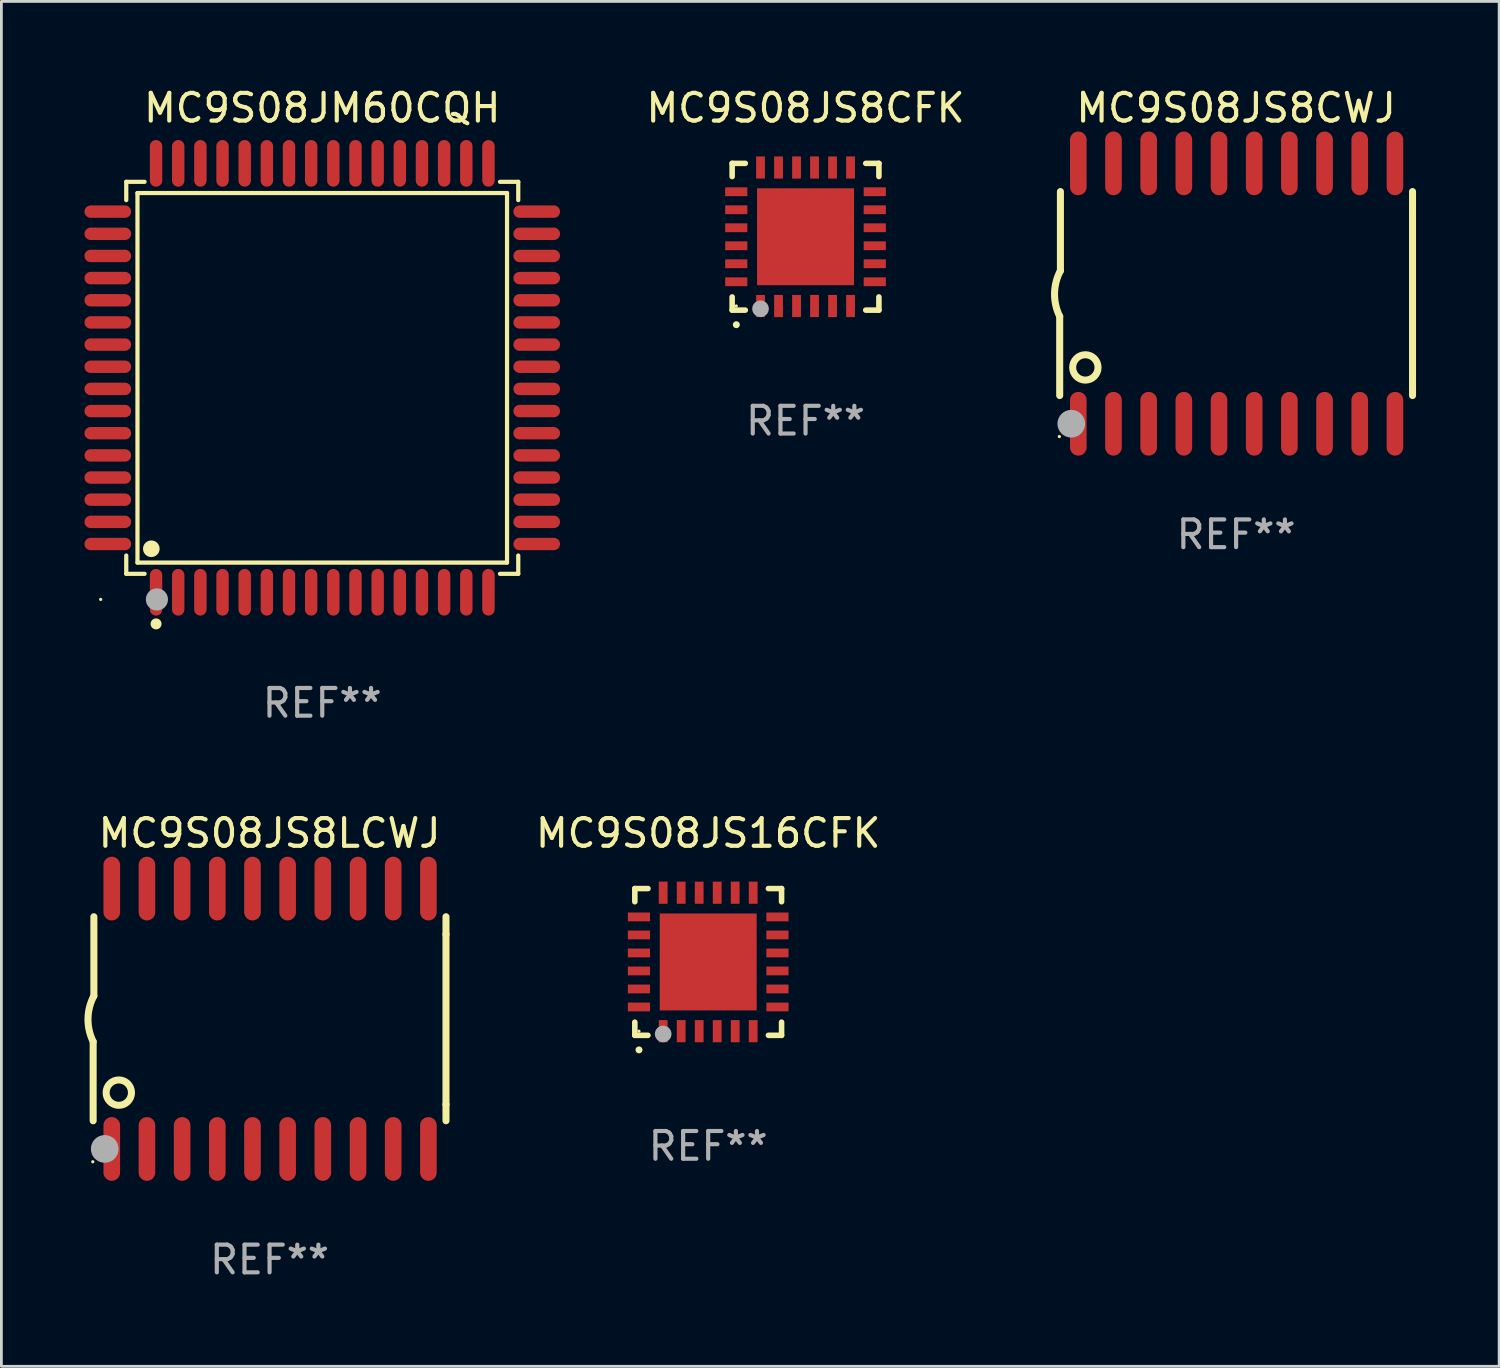
<source format=kicad_pcb>
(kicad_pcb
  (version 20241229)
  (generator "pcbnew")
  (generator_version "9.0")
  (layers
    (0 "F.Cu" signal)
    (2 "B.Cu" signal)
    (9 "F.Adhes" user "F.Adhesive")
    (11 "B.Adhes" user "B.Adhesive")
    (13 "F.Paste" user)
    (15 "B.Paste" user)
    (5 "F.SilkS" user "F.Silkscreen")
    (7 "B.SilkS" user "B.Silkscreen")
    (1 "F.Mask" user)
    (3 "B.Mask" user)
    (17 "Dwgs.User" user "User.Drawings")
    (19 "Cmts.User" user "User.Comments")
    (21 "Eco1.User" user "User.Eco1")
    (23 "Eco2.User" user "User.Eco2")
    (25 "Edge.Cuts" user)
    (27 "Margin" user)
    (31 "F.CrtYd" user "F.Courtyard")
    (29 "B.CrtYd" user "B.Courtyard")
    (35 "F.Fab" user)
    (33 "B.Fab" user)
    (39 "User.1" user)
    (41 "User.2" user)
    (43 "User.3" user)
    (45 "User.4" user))
  (footprint "MC9S08JS8LCWJ"
    (layer "F.Cu")
    (at 6.682 33.729)
    (property "Reference" "MC9S08JS8LCWJ" (at 0 -6.7 0) (layer "F.SilkS") (effects (font (size 1 1) (thickness 0.15))))
    (attr through_hole)
    (fp_line (start -6.369 0.826) (end -6.369 3.683) (stroke (width 0.254) (type solid)) (layer "F.SilkS"))
    (fp_line (start -6.343 -0.825) (end -6.343 -3.683) (stroke (width 0.254) (type solid)) (layer "F.SilkS"))
    (fp_line (start 6.369 -3.048) (end 6.369 -3.683) (stroke (width 0.254) (type solid)) (layer "F.SilkS"))
    (fp_line (start 6.369 -3.048) (end 6.369 3.096) (stroke (width 0.254) (type solid)) (layer "F.SilkS"))
    (fp_line (start 6.369 3.096) (end 6.369 3.683) (stroke (width 0.254) (type solid)) (layer "F.SilkS"))
    (fp_arc (start -6.36853 0.825552) (mid -6.554743 -0.00301) (end -6.343129 -0.825451) (stroke (width 0.254001) (type solid)) (layer "F.SilkS"))
    (fp_circle (center -6.382 5.163) (end -6.352 5.163) (stroke (width 0.06) (type solid)) (fill no) (layer "F.SilkS"))
    (fp_circle (center -5.443 2.667) (end -4.985 2.667) (stroke (width 0.254) (type solid)) (fill no) (layer "F.SilkS"))
    (fp_circle (center -5.951 4.699) (end -5.701 4.699) (stroke (width 0.5) (type solid)) (fill no) (layer "F.Fab"))
    (fp_text user "REF**" (at 0 8.7 0) (layer "F.Fab") (effects (font (size 1 1) (thickness 0.15))))
    (pad "1" smd oval (at -5.697 4.7 180) (size 0.6 2.3) (layers "F.Cu" "F.Mask" "F.Paste"))
    (pad "2" smd oval (at -4.427 4.7 180) (size 0.6 2.3) (layers "F.Cu" "F.Mask" "F.Paste"))
    (pad "3" smd oval (at -3.157 4.7 180) (size 0.6 2.3) (layers "F.Cu" "F.Mask" "F.Paste"))
    (pad "4" smd oval (at -1.887 4.7 180) (size 0.6 2.3) (layers "F.Cu" "F.Mask" "F.Paste"))
    (pad "5" smd oval (at -0.617 4.7 180) (size 0.6 2.3) (layers "F.Cu" "F.Mask" "F.Paste"))
    (pad "6" smd oval (at 0.653 4.7 180) (size 0.6 2.3) (layers "F.Cu" "F.Mask" "F.Paste"))
    (pad "7" smd oval (at 1.923 4.7 180) (size 0.6 2.3) (layers "F.Cu" "F.Mask" "F.Paste"))
    (pad "8" smd oval (at 3.193 4.7 180) (size 0.6 2.3) (layers "F.Cu" "F.Mask" "F.Paste"))
    (pad "9" smd oval (at 4.463 4.7 180) (size 0.6 2.3) (layers "F.Cu" "F.Mask" "F.Paste"))
    (pad "10" smd oval (at 5.734 4.7 180) (size 0.6 2.3) (layers "F.Cu" "F.Mask" "F.Paste"))
    (pad "11" smd oval (at 5.734 -4.7 180) (size 0.6 2.3) (layers "F.Cu" "F.Mask" "F.Paste"))
    (pad "12" smd oval (at 4.463 -4.7 180) (size 0.6 2.3) (layers "F.Cu" "F.Mask" "F.Paste"))
    (pad "13" smd oval (at 3.193 -4.7 180) (size 0.6 2.3) (layers "F.Cu" "F.Mask" "F.Paste"))
    (pad "14" smd oval (at 1.923 -4.7 180) (size 0.6 2.3) (layers "F.Cu" "F.Mask" "F.Paste"))
    (pad "15" smd oval (at 0.653 -4.7 180) (size 0.6 2.3) (layers "F.Cu" "F.Mask" "F.Paste"))
    (pad "16" smd oval (at -0.617 -4.7 180) (size 0.6 2.3) (layers "F.Cu" "F.Mask" "F.Paste"))
    (pad "17" smd oval (at -1.887 -4.7 180) (size 0.6 2.3) (layers "F.Cu" "F.Mask" "F.Paste"))
    (pad "18" smd oval (at -3.157 -4.7 180) (size 0.6 2.3) (layers "F.Cu" "F.Mask" "F.Paste"))
    (pad "19" smd oval (at -4.427 -4.7 180) (size 0.6 2.3) (layers "F.Cu" "F.Mask" "F.Paste"))
    (pad "20" smd oval (at -5.697 -4.7 180) (size 0.6 2.3) (layers "F.Cu" "F.Mask" "F.Paste")))
  (footprint "MC9S08JM60CQH"
    (layer "F.Cu")
    (at 8.584 10.59)
    (property "Reference" "MC9S08JM60CQH" (at 0 -9.742 0) (layer "F.SilkS") (effects (font (size 1 1) (thickness 0.15))))
    (attr through_hole)
    (fp_line (start -7.076 -7.076) (end -6.415 -7.076) (stroke (width 0.152) (type solid)) (layer "F.SilkS"))
    (fp_line (start -7.076 -6.415) (end -7.076 -7.076) (stroke (width 0.152) (type solid)) (layer "F.SilkS"))
    (fp_line (start -7.076 6.415) (end -7.076 7.076) (stroke (width 0.152) (type solid)) (layer "F.SilkS"))
    (fp_line (start -7.076 7.076) (end -6.415 7.076) (stroke (width 0.152) (type solid)) (layer "F.SilkS"))
    (fp_line (start -6.671 -6.671) (end 6.671 -6.671) (stroke (width 0.152) (type solid)) (layer "F.SilkS"))
    (fp_line (start -6.671 6.671) (end -6.671 -6.671) (stroke (width 0.152) (type solid)) (layer "F.SilkS"))
    (fp_line (start 6.671 -6.671) (end 6.671 6.671) (stroke (width 0.152) (type solid)) (layer "F.SilkS"))
    (fp_line (start 6.671 6.671) (end -6.671 6.671) (stroke (width 0.152) (type solid)) (layer "F.SilkS"))
    (fp_line (start 7.076 -7.076) (end 6.415 -7.076) (stroke (width 0.152) (type solid)) (layer "F.SilkS"))
    (fp_line (start 7.076 -6.415) (end 7.076 -7.076) (stroke (width 0.152) (type solid)) (layer "F.SilkS"))
    (fp_line (start 7.076 6.415) (end 7.076 7.076) (stroke (width 0.152) (type solid)) (layer "F.SilkS"))
    (fp_line (start 7.076 7.076) (end 6.415 7.076) (stroke (width 0.152) (type solid)) (layer "F.SilkS"))
    (fp_circle (center -8 8) (end -7.97 8) (stroke (width 0.06) (type solid)) (fill no) (layer "F.SilkS"))
    (fp_circle (center -6.171 6.171) (end -6.021 6.171) (stroke (width 0.3) (type solid)) (fill no) (layer "F.SilkS"))
    (fp_circle (center -6 8.884) (end -5.9 8.884) (stroke (width 0.2) (type solid)) (fill no) (layer "F.SilkS"))
    (fp_circle (center -5.969 8.001) (end -5.769 8.001) (stroke (width 0.4) (type solid)) (fill no) (layer "F.Fab"))
    (fp_text user "REF**" (at 0 11.742 0) (layer "F.Fab") (effects (font (size 1 1) (thickness 0.15))))
    (pad "1" smd oval (at -6 7.742) (size 0.448 1.684) (layers "F.Cu" "F.Mask" "F.Paste"))
    (pad "2" smd oval (at -5.2 7.742) (size 0.448 1.684) (layers "F.Cu" "F.Mask" "F.Paste"))
    (pad "3" smd oval (at -4.4 7.742) (size 0.448 1.684) (layers "F.Cu" "F.Mask" "F.Paste"))
    (pad "4" smd oval (at -3.6 7.742) (size 0.448 1.684) (layers "F.Cu" "F.Mask" "F.Paste"))
    (pad "5" smd oval (at -2.8 7.742) (size 0.448 1.684) (layers "F.Cu" "F.Mask" "F.Paste"))
    (pad "6" smd oval (at -2 7.742) (size 0.448 1.684) (layers "F.Cu" "F.Mask" "F.Paste"))
    (pad "7" smd oval (at -1.2 7.742) (size 0.448 1.684) (layers "F.Cu" "F.Mask" "F.Paste"))
    (pad "8" smd oval (at -0.4 7.742) (size 0.448 1.684) (layers "F.Cu" "F.Mask" "F.Paste"))
    (pad "9" smd oval (at 0.4 7.742) (size 0.448 1.684) (layers "F.Cu" "F.Mask" "F.Paste"))
    (pad "10" smd oval (at 1.2 7.742) (size 0.448 1.684) (layers "F.Cu" "F.Mask" "F.Paste"))
    (pad "11" smd oval (at 2 7.742) (size 0.448 1.684) (layers "F.Cu" "F.Mask" "F.Paste"))
    (pad "12" smd oval (at 2.8 7.742) (size 0.448 1.684) (layers "F.Cu" "F.Mask" "F.Paste"))
    (pad "13" smd oval (at 3.6 7.742) (size 0.448 1.684) (layers "F.Cu" "F.Mask" "F.Paste"))
    (pad "14" smd oval (at 4.4 7.742) (size 0.448 1.684) (layers "F.Cu" "F.Mask" "F.Paste"))
    (pad "15" smd oval (at 5.2 7.742) (size 0.448 1.684) (layers "F.Cu" "F.Mask" "F.Paste"))
    (pad "16" smd oval (at 6 7.742) (size 0.448 1.684) (layers "F.Cu" "F.Mask" "F.Paste"))
    (pad "17" smd oval (at 7.742 6) (size 1.684 0.448) (layers "F.Cu" "F.Mask" "F.Paste"))
    (pad "18" smd oval (at 7.742 5.2) (size 1.684 0.448) (layers "F.Cu" "F.Mask" "F.Paste"))
    (pad "19" smd oval (at 7.742 4.4) (size 1.684 0.448) (layers "F.Cu" "F.Mask" "F.Paste"))
    (pad "20" smd oval (at 7.742 3.6) (size 1.684 0.448) (layers "F.Cu" "F.Mask" "F.Paste"))
    (pad "21" smd oval (at 7.742 2.8) (size 1.684 0.448) (layers "F.Cu" "F.Mask" "F.Paste"))
    (pad "22" smd oval (at 7.742 2) (size 1.684 0.448) (layers "F.Cu" "F.Mask" "F.Paste"))
    (pad "23" smd oval (at 7.742 1.2) (size 1.684 0.448) (layers "F.Cu" "F.Mask" "F.Paste"))
    (pad "24" smd oval (at 7.742 0.4) (size 1.684 0.448) (layers "F.Cu" "F.Mask" "F.Paste"))
    (pad "25" smd oval (at 7.742 -0.4) (size 1.684 0.448) (layers "F.Cu" "F.Mask" "F.Paste"))
    (pad "26" smd oval (at 7.742 -1.2) (size 1.684 0.448) (layers "F.Cu" "F.Mask" "F.Paste"))
    (pad "27" smd oval (at 7.742 -2) (size 1.684 0.448) (layers "F.Cu" "F.Mask" "F.Paste"))
    (pad "28" smd oval (at 7.742 -2.8) (size 1.684 0.448) (layers "F.Cu" "F.Mask" "F.Paste"))
    (pad "29" smd oval (at 7.742 -3.6) (size 1.684 0.448) (layers "F.Cu" "F.Mask" "F.Paste"))
    (pad "30" smd oval (at 7.742 -4.4) (size 1.684 0.448) (layers "F.Cu" "F.Mask" "F.Paste"))
    (pad "31" smd oval (at 7.742 -5.2) (size 1.684 0.448) (layers "F.Cu" "F.Mask" "F.Paste"))
    (pad "32" smd oval (at 7.742 -6) (size 1.684 0.448) (layers "F.Cu" "F.Mask" "F.Paste"))
    (pad "33" smd oval (at 6 -7.742) (size 0.448 1.684) (layers "F.Cu" "F.Mask" "F.Paste"))
    (pad "34" smd oval (at 5.2 -7.742) (size 0.448 1.684) (layers "F.Cu" "F.Mask" "F.Paste"))
    (pad "35" smd oval (at 4.4 -7.742) (size 0.448 1.684) (layers "F.Cu" "F.Mask" "F.Paste"))
    (pad "36" smd oval (at 3.6 -7.742) (size 0.448 1.684) (layers "F.Cu" "F.Mask" "F.Paste"))
    (pad "37" smd oval (at 2.8 -7.742) (size 0.448 1.684) (layers "F.Cu" "F.Mask" "F.Paste"))
    (pad "38" smd oval (at 2 -7.742) (size 0.448 1.684) (layers "F.Cu" "F.Mask" "F.Paste"))
    (pad "39" smd oval (at 1.2 -7.742) (size 0.448 1.684) (layers "F.Cu" "F.Mask" "F.Paste"))
    (pad "40" smd oval (at 0.4 -7.742) (size 0.448 1.684) (layers "F.Cu" "F.Mask" "F.Paste"))
    (pad "41" smd oval (at -0.4 -7.742) (size 0.448 1.684) (layers "F.Cu" "F.Mask" "F.Paste"))
    (pad "42" smd oval (at -1.2 -7.742) (size 0.448 1.684) (layers "F.Cu" "F.Mask" "F.Paste"))
    (pad "43" smd oval (at -2 -7.742) (size 0.448 1.684) (layers "F.Cu" "F.Mask" "F.Paste"))
    (pad "44" smd oval (at -2.8 -7.742) (size 0.448 1.684) (layers "F.Cu" "F.Mask" "F.Paste"))
    (pad "45" smd oval (at -3.6 -7.742) (size 0.448 1.684) (layers "F.Cu" "F.Mask" "F.Paste"))
    (pad "46" smd oval (at -4.4 -7.742) (size 0.448 1.684) (layers "F.Cu" "F.Mask" "F.Paste"))
    (pad "47" smd oval (at -5.2 -7.742) (size 0.448 1.684) (layers "F.Cu" "F.Mask" "F.Paste"))
    (pad "48" smd oval (at -6 -7.742) (size 0.448 1.684) (layers "F.Cu" "F.Mask" "F.Paste"))
    (pad "49" smd oval (at -7.742 -6) (size 1.684 0.448) (layers "F.Cu" "F.Mask" "F.Paste"))
    (pad "50" smd oval (at -7.742 -5.2) (size 1.684 0.448) (layers "F.Cu" "F.Mask" "F.Paste"))
    (pad "51" smd oval (at -7.742 -4.4) (size 1.684 0.448) (layers "F.Cu" "F.Mask" "F.Paste"))
    (pad "52" smd oval (at -7.742 -3.6) (size 1.684 0.448) (layers "F.Cu" "F.Mask" "F.Paste"))
    (pad "53" smd oval (at -7.742 -2.8) (size 1.684 0.448) (layers "F.Cu" "F.Mask" "F.Paste"))
    (pad "54" smd oval (at -7.742 -2) (size 1.684 0.448) (layers "F.Cu" "F.Mask" "F.Paste"))
    (pad "55" smd oval (at -7.742 -1.2) (size 1.684 0.448) (layers "F.Cu" "F.Mask" "F.Paste"))
    (pad "56" smd oval (at -7.742 -0.4) (size 1.684 0.448) (layers "F.Cu" "F.Mask" "F.Paste"))
    (pad "57" smd oval (at -7.742 0.4) (size 1.684 0.448) (layers "F.Cu" "F.Mask" "F.Paste"))
    (pad "58" smd oval (at -7.742 1.2) (size 1.684 0.448) (layers "F.Cu" "F.Mask" "F.Paste"))
    (pad "59" smd oval (at -7.742 2) (size 1.684 0.448) (layers "F.Cu" "F.Mask" "F.Paste"))
    (pad "60" smd oval (at -7.742 2.8) (size 1.684 0.448) (layers "F.Cu" "F.Mask" "F.Paste"))
    (pad "61" smd oval (at -7.742 3.6) (size 1.684 0.448) (layers "F.Cu" "F.Mask" "F.Paste"))
    (pad "62" smd oval (at -7.742 4.4) (size 1.684 0.448) (layers "F.Cu" "F.Mask" "F.Paste"))
    (pad "63" smd oval (at -7.742 5.2) (size 1.684 0.448) (layers "F.Cu" "F.Mask" "F.Paste"))
    (pad "64" smd oval (at -7.742 6) (size 1.684 0.448) (layers "F.Cu" "F.Mask" "F.Paste")))
  (footprint "MC9S08JS16CFK"
    (layer "F.Cu")
    (at 22.517 31.678)
    (property "Reference" "MC9S08JS16CFK" (at 0 -4.649 0) (layer "F.SilkS") (effects (font (size 1 1) (thickness 0.15))))
    (attr through_hole)
    (fp_line (start -2.649 -2.649) (end -2.649 -2.174) (stroke (width 0.201) (type solid)) (layer "F.SilkS"))
    (fp_line (start -2.649 2.649) (end -2.649 2.174) (stroke (width 0.201) (type solid)) (layer "F.SilkS"))
    (fp_line (start -2.174 -2.649) (end -2.649 -2.649) (stroke (width 0.201) (type solid)) (layer "F.SilkS"))
    (fp_line (start -2.174 2.649) (end -2.649 2.649) (stroke (width 0.201) (type solid)) (layer "F.SilkS"))
    (fp_line (start 2.649 -2.649) (end 2.174 -2.649) (stroke (width 0.201) (type solid)) (layer "F.SilkS"))
    (fp_line (start 2.649 -2.174) (end 2.649 -2.649) (stroke (width 0.201) (type solid)) (layer "F.SilkS"))
    (fp_line (start 2.649 2.174) (end 2.649 2.649) (stroke (width 0.201) (type solid)) (layer "F.SilkS"))
    (fp_line (start 2.649 2.649) (end 2.174 2.649) (stroke (width 0.201) (type solid)) (layer "F.SilkS"))
    (fp_arc (start -2.499365 3.175006) (mid -2.498095 3.175) (end -2.496825 3.175006) (stroke (width 0.24892) (type solid)) (layer "F.SilkS"))
    (fp_circle (center -2.5 2.5) (end -2.47 2.5) (stroke (width 0.06) (type solid)) (fill no) (layer "F.SilkS"))
    (fp_circle (center -1.625 2.6) (end -1.475 2.6) (stroke (width 0.3) (type solid)) (fill no) (layer "F.Fab"))
    (fp_text user "REF**" (at 0 6.649 0) (layer "F.Fab") (effects (font (size 1 1) (thickness 0.15))))
    (pad "1" smd rect (at -1.625 2.5 180) (size 0.318 0.8) (layers "F.Cu" "F.Mask" "F.Paste"))
    (pad "2" smd rect (at -0.975 2.5 180) (size 0.318 0.8) (layers "F.Cu" "F.Mask" "F.Paste"))
    (pad "3" smd rect (at -0.325 2.5 180) (size 0.318 0.8) (layers "F.Cu" "F.Mask" "F.Paste"))
    (pad "4" smd rect (at 0.325 2.5 180) (size 0.318 0.8) (layers "F.Cu" "F.Mask" "F.Paste"))
    (pad "5" smd rect (at 0.975 2.5 180) (size 0.318 0.8) (layers "F.Cu" "F.Mask" "F.Paste"))
    (pad "6" smd rect (at 1.625 2.5 180) (size 0.318 0.8) (layers "F.Cu" "F.Mask" "F.Paste"))
    (pad "7" smd rect (at 2.5 1.625 90) (size 0.318 0.8) (layers "F.Cu" "F.Mask" "F.Paste"))
    (pad "8" smd rect (at 2.5 0.975 90) (size 0.318 0.8) (layers "F.Cu" "F.Mask" "F.Paste"))
    (pad "9" smd rect (at 2.5 0.325 90) (size 0.318 0.8) (layers "F.Cu" "F.Mask" "F.Paste"))
    (pad "10" smd rect (at 2.5 -0.325 90) (size 0.318 0.8) (layers "F.Cu" "F.Mask" "F.Paste"))
    (pad "11" smd rect (at 2.5 -0.975 90) (size 0.318 0.8) (layers "F.Cu" "F.Mask" "F.Paste"))
    (pad "12" smd rect (at 2.5 -1.625 90) (size 0.318 0.8) (layers "F.Cu" "F.Mask" "F.Paste"))
    (pad "13" smd rect (at 1.625 -2.5 180) (size 0.318 0.8) (layers "F.Cu" "F.Mask" "F.Paste"))
    (pad "14" smd rect (at 0.975 -2.5 180) (size 0.318 0.8) (layers "F.Cu" "F.Mask" "F.Paste"))
    (pad "15" smd rect (at 0.325 -2.5 180) (size 0.318 0.8) (layers "F.Cu" "F.Mask" "F.Paste"))
    (pad "16" smd rect (at -0.325 -2.5 180) (size 0.318 0.8) (layers "F.Cu" "F.Mask" "F.Paste"))
    (pad "17" smd rect (at -0.975 -2.5 180) (size 0.318 0.8) (layers "F.Cu" "F.Mask" "F.Paste"))
    (pad "18" smd rect (at -1.625 -2.5 180) (size 0.318 0.8) (layers "F.Cu" "F.Mask" "F.Paste"))
    (pad "19" smd rect (at -2.5 -1.625 90) (size 0.318 0.8) (layers "F.Cu" "F.Mask" "F.Paste"))
    (pad "20" smd rect (at -2.5 -0.975 90) (size 0.318 0.8) (layers "F.Cu" "F.Mask" "F.Paste"))
    (pad "21" smd rect (at -2.5 -0.325 90) (size 0.318 0.8) (layers "F.Cu" "F.Mask" "F.Paste"))
    (pad "22" smd rect (at -2.5 0.325 90) (size 0.318 0.8) (layers "F.Cu" "F.Mask" "F.Paste"))
    (pad "23" smd rect (at -2.5 0.975 90) (size 0.318 0.8) (layers "F.Cu" "F.Mask" "F.Paste"))
    (pad "24" smd rect (at -2.5 1.625 90) (size 0.318 0.8) (layers "F.Cu" "F.Mask" "F.Paste"))
    (pad "25" smd rect (at 0.000203 0 90) (size 3.5 3.5) (layers "F.Cu" "F.Mask" "F.Paste")))
  (footprint "MC9S08JS8CFK"
    (layer "F.Cu")
    (at 26.031 5.497)
    (property "Reference" "MC9S08JS8CFK" (at 0 -4.649 0) (layer "F.SilkS") (effects (font (size 1 1) (thickness 0.15))))
    (attr through_hole)
    (fp_line (start -2.649 -2.649) (end -2.649 -2.174) (stroke (width 0.201) (type solid)) (layer "F.SilkS"))
    (fp_line (start -2.649 2.649) (end -2.649 2.174) (stroke (width 0.201) (type solid)) (layer "F.SilkS"))
    (fp_line (start -2.174 -2.649) (end -2.649 -2.649) (stroke (width 0.201) (type solid)) (layer "F.SilkS"))
    (fp_line (start -2.174 2.649) (end -2.649 2.649) (stroke (width 0.201) (type solid)) (layer "F.SilkS"))
    (fp_line (start 2.649 -2.649) (end 2.174 -2.649) (stroke (width 0.201) (type solid)) (layer "F.SilkS"))
    (fp_line (start 2.649 -2.174) (end 2.649 -2.649) (stroke (width 0.201) (type solid)) (layer "F.SilkS"))
    (fp_line (start 2.649 2.174) (end 2.649 2.649) (stroke (width 0.201) (type solid)) (layer "F.SilkS"))
    (fp_line (start 2.649 2.649) (end 2.174 2.649) (stroke (width 0.201) (type solid)) (layer "F.SilkS"))
    (fp_arc (start -2.499365 3.175006) (mid -2.498095 3.175) (end -2.496825 3.175006) (stroke (width 0.24892) (type solid)) (layer "F.SilkS"))
    (fp_circle (center -2.5 2.5) (end -2.47 2.5) (stroke (width 0.06) (type solid)) (fill no) (layer "F.SilkS"))
    (fp_circle (center -1.625 2.6) (end -1.475 2.6) (stroke (width 0.3) (type solid)) (fill no) (layer "F.Fab"))
    (fp_text user "REF**" (at 0 6.649 0) (layer "F.Fab") (effects (font (size 1 1) (thickness 0.15))))
    (pad "1" smd rect (at -1.625 2.5 180) (size 0.318 0.8) (layers "F.Cu" "F.Mask" "F.Paste"))
    (pad "2" smd rect (at -0.975 2.5 180) (size 0.318 0.8) (layers "F.Cu" "F.Mask" "F.Paste"))
    (pad "3" smd rect (at -0.325 2.5 180) (size 0.318 0.8) (layers "F.Cu" "F.Mask" "F.Paste"))
    (pad "4" smd rect (at 0.325 2.5 180) (size 0.318 0.8) (layers "F.Cu" "F.Mask" "F.Paste"))
    (pad "5" smd rect (at 0.975 2.5 180) (size 0.318 0.8) (layers "F.Cu" "F.Mask" "F.Paste"))
    (pad "6" smd rect (at 1.625 2.5 180) (size 0.318 0.8) (layers "F.Cu" "F.Mask" "F.Paste"))
    (pad "7" smd rect (at 2.5 1.625 90) (size 0.318 0.8) (layers "F.Cu" "F.Mask" "F.Paste"))
    (pad "8" smd rect (at 2.5 0.975 90) (size 0.318 0.8) (layers "F.Cu" "F.Mask" "F.Paste"))
    (pad "9" smd rect (at 2.5 0.325 90) (size 0.318 0.8) (layers "F.Cu" "F.Mask" "F.Paste"))
    (pad "10" smd rect (at 2.5 -0.325 90) (size 0.318 0.8) (layers "F.Cu" "F.Mask" "F.Paste"))
    (pad "11" smd rect (at 2.5 -0.975 90) (size 0.318 0.8) (layers "F.Cu" "F.Mask" "F.Paste"))
    (pad "12" smd rect (at 2.5 -1.625 90) (size 0.318 0.8) (layers "F.Cu" "F.Mask" "F.Paste"))
    (pad "13" smd rect (at 1.625 -2.5 180) (size 0.318 0.8) (layers "F.Cu" "F.Mask" "F.Paste"))
    (pad "14" smd rect (at 0.975 -2.5 180) (size 0.318 0.8) (layers "F.Cu" "F.Mask" "F.Paste"))
    (pad "15" smd rect (at 0.325 -2.5 180) (size 0.318 0.8) (layers "F.Cu" "F.Mask" "F.Paste"))
    (pad "16" smd rect (at -0.325 -2.5 180) (size 0.318 0.8) (layers "F.Cu" "F.Mask" "F.Paste"))
    (pad "17" smd rect (at -0.975 -2.5 180) (size 0.318 0.8) (layers "F.Cu" "F.Mask" "F.Paste"))
    (pad "18" smd rect (at -1.625 -2.5 180) (size 0.318 0.8) (layers "F.Cu" "F.Mask" "F.Paste"))
    (pad "19" smd rect (at -2.5 -1.625 90) (size 0.318 0.8) (layers "F.Cu" "F.Mask" "F.Paste"))
    (pad "20" smd rect (at -2.5 -0.975 90) (size 0.318 0.8) (layers "F.Cu" "F.Mask" "F.Paste"))
    (pad "21" smd rect (at -2.5 -0.325 90) (size 0.318 0.8) (layers "F.Cu" "F.Mask" "F.Paste"))
    (pad "22" smd rect (at -2.5 0.325 90) (size 0.318 0.8) (layers "F.Cu" "F.Mask" "F.Paste"))
    (pad "23" smd rect (at -2.5 0.975 90) (size 0.318 0.8) (layers "F.Cu" "F.Mask" "F.Paste"))
    (pad "24" smd rect (at -2.5 1.625 90) (size 0.318 0.8) (layers "F.Cu" "F.Mask" "F.Paste"))
    (pad "25" smd rect (at 0.000203 0 90) (size 3.5 3.5) (layers "F.Cu" "F.Mask" "F.Paste")))
  (footprint "MC9S08JS8CWJ"
    (layer "F.Cu")
    (at 41.576 7.548)
    (property "Reference" "MC9S08JS8CWJ" (at 0 -6.7 0) (layer "F.SilkS") (effects (font (size 1 1) (thickness 0.15))))
    (attr through_hole)
    (fp_line (start -6.369 0.826) (end -6.369 3.683) (stroke (width 0.254) (type solid)) (layer "F.SilkS"))
    (fp_line (start -6.343 -0.825) (end -6.343 -3.683) (stroke (width 0.254) (type solid)) (layer "F.SilkS"))
    (fp_line (start 6.369 -3.048) (end 6.369 -3.683) (stroke (width 0.254) (type solid)) (layer "F.SilkS"))
    (fp_line (start 6.369 -3.048) (end 6.369 3.096) (stroke (width 0.254) (type solid)) (layer "F.SilkS"))
    (fp_line (start 6.369 3.096) (end 6.369 3.683) (stroke (width 0.254) (type solid)) (layer "F.SilkS"))
    (fp_arc (start -6.36853 0.825552) (mid -6.554743 -0.00301) (end -6.343129 -0.825451) (stroke (width 0.254001) (type solid)) (layer "F.SilkS"))
    (fp_circle (center -6.382 5.163) (end -6.352 5.163) (stroke (width 0.06) (type solid)) (fill no) (layer "F.SilkS"))
    (fp_circle (center -5.443 2.667) (end -4.985 2.667) (stroke (width 0.254) (type solid)) (fill no) (layer "F.SilkS"))
    (fp_circle (center -5.951 4.699) (end -5.701 4.699) (stroke (width 0.5) (type solid)) (fill no) (layer "F.Fab"))
    (fp_text user "REF**" (at 0 8.7 0) (layer "F.Fab") (effects (font (size 1 1) (thickness 0.15))))
    (pad "1" smd oval (at -5.697 4.7 180) (size 0.6 2.3) (layers "F.Cu" "F.Mask" "F.Paste"))
    (pad "2" smd oval (at -4.427 4.7 180) (size 0.6 2.3) (layers "F.Cu" "F.Mask" "F.Paste"))
    (pad "3" smd oval (at -3.157 4.7 180) (size 0.6 2.3) (layers "F.Cu" "F.Mask" "F.Paste"))
    (pad "4" smd oval (at -1.887 4.7 180) (size 0.6 2.3) (layers "F.Cu" "F.Mask" "F.Paste"))
    (pad "5" smd oval (at -0.617 4.7 180) (size 0.6 2.3) (layers "F.Cu" "F.Mask" "F.Paste"))
    (pad "6" smd oval (at 0.653 4.7 180) (size 0.6 2.3) (layers "F.Cu" "F.Mask" "F.Paste"))
    (pad "7" smd oval (at 1.923 4.7 180) (size 0.6 2.3) (layers "F.Cu" "F.Mask" "F.Paste"))
    (pad "8" smd oval (at 3.193 4.7 180) (size 0.6 2.3) (layers "F.Cu" "F.Mask" "F.Paste"))
    (pad "9" smd oval (at 4.463 4.7 180) (size 0.6 2.3) (layers "F.Cu" "F.Mask" "F.Paste"))
    (pad "10" smd oval (at 5.734 4.7 180) (size 0.6 2.3) (layers "F.Cu" "F.Mask" "F.Paste"))
    (pad "11" smd oval (at 5.734 -4.7 180) (size 0.6 2.3) (layers "F.Cu" "F.Mask" "F.Paste"))
    (pad "12" smd oval (at 4.463 -4.7 180) (size 0.6 2.3) (layers "F.Cu" "F.Mask" "F.Paste"))
    (pad "13" smd oval (at 3.193 -4.7 180) (size 0.6 2.3) (layers "F.Cu" "F.Mask" "F.Paste"))
    (pad "14" smd oval (at 1.923 -4.7 180) (size 0.6 2.3) (layers "F.Cu" "F.Mask" "F.Paste"))
    (pad "15" smd oval (at 0.653 -4.7 180) (size 0.6 2.3) (layers "F.Cu" "F.Mask" "F.Paste"))
    (pad "16" smd oval (at -0.617 -4.7 180) (size 0.6 2.3) (layers "F.Cu" "F.Mask" "F.Paste"))
    (pad "17" smd oval (at -1.887 -4.7 180) (size 0.6 2.3) (layers "F.Cu" "F.Mask" "F.Paste"))
    (pad "18" smd oval (at -3.157 -4.7 180) (size 0.6 2.3) (layers "F.Cu" "F.Mask" "F.Paste"))
    (pad "19" smd oval (at -4.427 -4.7 180) (size 0.6 2.3) (layers "F.Cu" "F.Mask" "F.Paste"))
    (pad "20" smd oval (at -5.697 -4.7 180) (size 0.6 2.3) (layers "F.Cu" "F.Mask" "F.Paste")))
  (gr_rect
    (start -3 -3)
    (end 51.072 46.277)
    (stroke (width 0.1) (type default))
    (fill no)
    (layer "Edge.Cuts")))
</source>
